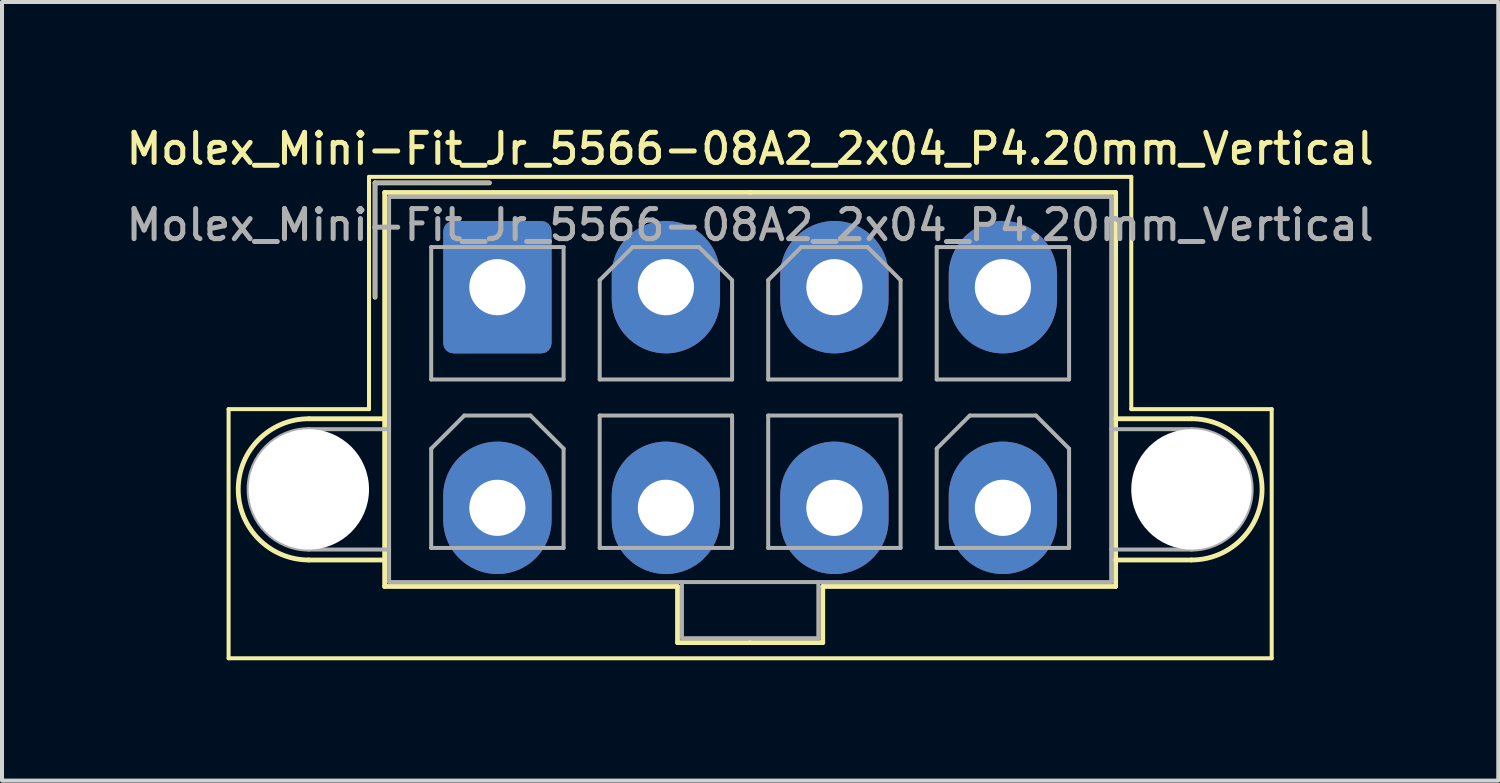
<source format=kicad_pcb>
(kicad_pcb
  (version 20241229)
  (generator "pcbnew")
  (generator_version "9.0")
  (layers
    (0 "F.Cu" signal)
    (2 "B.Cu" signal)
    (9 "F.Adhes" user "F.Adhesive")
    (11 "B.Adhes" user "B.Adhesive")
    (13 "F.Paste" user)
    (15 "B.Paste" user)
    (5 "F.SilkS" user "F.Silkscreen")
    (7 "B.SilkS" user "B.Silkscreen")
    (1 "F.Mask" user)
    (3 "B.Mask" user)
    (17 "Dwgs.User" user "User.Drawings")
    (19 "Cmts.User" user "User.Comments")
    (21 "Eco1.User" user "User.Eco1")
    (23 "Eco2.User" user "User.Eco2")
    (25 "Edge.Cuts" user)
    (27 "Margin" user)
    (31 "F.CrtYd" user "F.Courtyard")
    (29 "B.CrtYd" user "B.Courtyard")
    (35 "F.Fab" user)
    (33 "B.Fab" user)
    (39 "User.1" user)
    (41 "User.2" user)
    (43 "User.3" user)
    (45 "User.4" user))
  (footprint "Molex_Mini-Fit_Jr_5566-08A2_2x04_P4.20mm_Vertical"
    (layer "F.Cu")
    (at 9.348 4.108)
    (property "Reference" "Molex_Mini-Fit_Jr_5566-08A2_2x04_P4.20mm_Vertical" (at 6.3 -3.45 0) (layer "F.SilkS") (effects (font (size 0.75 0.75) (thickness 0.125))))
    (attr through_hole)
    (fp_line (start -6.7 3.04) (end -6.7 9.25) (stroke (width 0.1) (type solid)) (layer "F.SilkS"))
    (fp_line (start -6.7 9.25) (end 19.3 9.25) (stroke (width 0.1) (type solid)) (layer "F.SilkS"))
    (fp_line (start -4.7 3.28) (end -2.81 3.28) (stroke (width 0.12) (type solid)) (layer "F.SilkS"))
    (fp_line (start -4.7 6.8) (end -2.81 6.8) (stroke (width 0.12) (type solid)) (layer "F.SilkS"))
    (fp_line (start -3.2 -2.75) (end -3.2 3.04) (stroke (width 0.1) (type solid)) (layer "F.SilkS"))
    (fp_line (start -3.2 3.04) (end -6.7 3.04) (stroke (width 0.1) (type solid)) (layer "F.SilkS"))
    (fp_line (start -3.05 -2.6) (end -3.05 0.25) (stroke (width 0.12) (type solid)) (layer "F.SilkS"))
    (fp_line (start -2.81 -2.36) (end -2.81 7.46) (stroke (width 0.12) (type solid)) (layer "F.SilkS"))
    (fp_line (start -2.81 7.46) (end 4.49 7.46) (stroke (width 0.12) (type solid)) (layer "F.SilkS"))
    (fp_line (start -0.2 -2.6) (end -3.05 -2.6) (stroke (width 0.12) (type solid)) (layer "F.SilkS"))
    (fp_line (start 4.49 7.46) (end 4.49 8.86) (stroke (width 0.12) (type solid)) (layer "F.SilkS"))
    (fp_line (start 4.49 8.86) (end 6.3 8.86) (stroke (width 0.12) (type solid)) (layer "F.SilkS"))
    (fp_line (start 6.3 -2.36) (end -2.81 -2.36) (stroke (width 0.12) (type solid)) (layer "F.SilkS"))
    (fp_line (start 6.3 -2.36) (end 15.41 -2.36) (stroke (width 0.12) (type solid)) (layer "F.SilkS"))
    (fp_line (start 8.11 7.46) (end 8.11 8.86) (stroke (width 0.12) (type solid)) (layer "F.SilkS"))
    (fp_line (start 8.11 8.86) (end 6.3 8.86) (stroke (width 0.12) (type solid)) (layer "F.SilkS"))
    (fp_line (start 15.41 -2.36) (end 15.41 7.46) (stroke (width 0.12) (type solid)) (layer "F.SilkS"))
    (fp_line (start 15.41 7.46) (end 8.11 7.46) (stroke (width 0.12) (type solid)) (layer "F.SilkS"))
    (fp_line (start 15.8 -2.75) (end -3.2 -2.75) (stroke (width 0.1) (type solid)) (layer "F.SilkS"))
    (fp_line (start 15.8 3.04) (end 15.8 -2.75) (stroke (width 0.1) (type solid)) (layer "F.SilkS"))
    (fp_line (start 17.3 3.28) (end 15.41 3.28) (stroke (width 0.12) (type solid)) (layer "F.SilkS"))
    (fp_line (start 17.3 6.8) (end 15.41 6.8) (stroke (width 0.12) (type solid)) (layer "F.SilkS"))
    (fp_line (start 19.3 3.04) (end 15.8 3.04) (stroke (width 0.1) (type solid)) (layer "F.SilkS"))
    (fp_line (start 19.3 9.25) (end 19.3 3.04) (stroke (width 0.1) (type solid)) (layer "F.SilkS"))
    (fp_arc (start -4.7 6.8) (mid -6.46 5.04) (end -4.7 3.28) (stroke (width 0.12) (type solid)) (layer "F.SilkS"))
    (fp_arc (start 17.3 3.28) (mid 19.06 5.04) (end 17.3 6.8) (stroke (width 0.12) (type solid)) (layer "F.SilkS"))
    (fp_line (start -4.7 3.54) (end -2.7 3.54) (stroke (width 0.1) (type solid)) (layer "F.Fab"))
    (fp_line (start -4.7 6.54) (end -2.7 6.54) (stroke (width 0.1) (type solid)) (layer "F.Fab"))
    (fp_line (start -3.05 -2.6) (end -3.05 0.25) (stroke (width 0.1) (type solid)) (layer "F.Fab"))
    (fp_line (start -2.7 -2.25) (end -2.7 7.35) (stroke (width 0.1) (type solid)) (layer "F.Fab"))
    (fp_line (start -2.7 7.35) (end 15.3 7.35) (stroke (width 0.1) (type solid)) (layer "F.Fab"))
    (fp_line (start -1.65 -1) (end -1.65 2.3) (stroke (width 0.1) (type solid)) (layer "F.Fab"))
    (fp_line (start -1.65 2.3) (end 1.65 2.3) (stroke (width 0.1) (type solid)) (layer "F.Fab"))
    (fp_line (start -1.65 4.025) (end -0.825 3.2) (stroke (width 0.1) (type solid)) (layer "F.Fab"))
    (fp_line (start -1.65 6.5) (end -1.65 4.025) (stroke (width 0.1) (type solid)) (layer "F.Fab"))
    (fp_line (start -0.825 3.2) (end 0.825 3.2) (stroke (width 0.1) (type solid)) (layer "F.Fab"))
    (fp_line (start -0.2 -2.6) (end -3.05 -2.6) (stroke (width 0.1) (type solid)) (layer "F.Fab"))
    (fp_line (start 0.825 3.2) (end 1.65 4.025) (stroke (width 0.1) (type solid)) (layer "F.Fab"))
    (fp_line (start 1.65 -1) (end -1.65 -1) (stroke (width 0.1) (type solid)) (layer "F.Fab"))
    (fp_line (start 1.65 2.3) (end 1.65 -1) (stroke (width 0.1) (type solid)) (layer "F.Fab"))
    (fp_line (start 1.65 4.025) (end 1.65 6.5) (stroke (width 0.1) (type solid)) (layer "F.Fab"))
    (fp_line (start 1.65 6.5) (end -1.65 6.5) (stroke (width 0.1) (type solid)) (layer "F.Fab"))
    (fp_line (start 2.55 -0.175) (end 3.375 -1) (stroke (width 0.1) (type solid)) (layer "F.Fab"))
    (fp_line (start 2.55 2.3) (end 2.55 -0.175) (stroke (width 0.1) (type solid)) (layer "F.Fab"))
    (fp_line (start 2.55 3.2) (end 2.55 6.5) (stroke (width 0.1) (type solid)) (layer "F.Fab"))
    (fp_line (start 2.55 6.5) (end 5.85 6.5) (stroke (width 0.1) (type solid)) (layer "F.Fab"))
    (fp_line (start 3.375 -1) (end 5.025 -1) (stroke (width 0.1) (type solid)) (layer "F.Fab"))
    (fp_line (start 4.6 7.35) (end 4.6 8.75) (stroke (width 0.1) (type solid)) (layer "F.Fab"))
    (fp_line (start 4.6 8.75) (end 8 8.75) (stroke (width 0.1) (type solid)) (layer "F.Fab"))
    (fp_line (start 5.025 -1) (end 5.85 -0.175) (stroke (width 0.1) (type solid)) (layer "F.Fab"))
    (fp_line (start 5.85 -0.175) (end 5.85 2.3) (stroke (width 0.1) (type solid)) (layer "F.Fab"))
    (fp_line (start 5.85 2.3) (end 2.55 2.3) (stroke (width 0.1) (type solid)) (layer "F.Fab"))
    (fp_line (start 5.85 3.2) (end 2.55 3.2) (stroke (width 0.1) (type solid)) (layer "F.Fab"))
    (fp_line (start 5.85 6.5) (end 5.85 3.2) (stroke (width 0.1) (type solid)) (layer "F.Fab"))
    (fp_line (start 6.75 -0.175) (end 7.575 -1) (stroke (width 0.1) (type solid)) (layer "F.Fab"))
    (fp_line (start 6.75 2.3) (end 6.75 -0.175) (stroke (width 0.1) (type solid)) (layer "F.Fab"))
    (fp_line (start 6.75 3.2) (end 6.75 6.5) (stroke (width 0.1) (type solid)) (layer "F.Fab"))
    (fp_line (start 6.75 6.5) (end 10.05 6.5) (stroke (width 0.1) (type solid)) (layer "F.Fab"))
    (fp_line (start 7.575 -1) (end 9.225 -1) (stroke (width 0.1) (type solid)) (layer "F.Fab"))
    (fp_line (start 8 8.75) (end 8 7.35) (stroke (width 0.1) (type solid)) (layer "F.Fab"))
    (fp_line (start 9.225 -1) (end 10.05 -0.175) (stroke (width 0.1) (type solid)) (layer "F.Fab"))
    (fp_line (start 10.05 -0.175) (end 10.05 2.3) (stroke (width 0.1) (type solid)) (layer "F.Fab"))
    (fp_line (start 10.05 2.3) (end 6.75 2.3) (stroke (width 0.1) (type solid)) (layer "F.Fab"))
    (fp_line (start 10.05 3.2) (end 6.75 3.2) (stroke (width 0.1) (type solid)) (layer "F.Fab"))
    (fp_line (start 10.05 6.5) (end 10.05 3.2) (stroke (width 0.1) (type solid)) (layer "F.Fab"))
    (fp_line (start 10.95 -1) (end 10.95 2.3) (stroke (width 0.1) (type solid)) (layer "F.Fab"))
    (fp_line (start 10.95 2.3) (end 14.25 2.3) (stroke (width 0.1) (type solid)) (layer "F.Fab"))
    (fp_line (start 10.95 4.025) (end 11.775 3.2) (stroke (width 0.1) (type solid)) (layer "F.Fab"))
    (fp_line (start 10.95 6.5) (end 10.95 4.025) (stroke (width 0.1) (type solid)) (layer "F.Fab"))
    (fp_line (start 11.775 3.2) (end 13.425 3.2) (stroke (width 0.1) (type solid)) (layer "F.Fab"))
    (fp_line (start 13.425 3.2) (end 14.25 4.025) (stroke (width 0.1) (type solid)) (layer "F.Fab"))
    (fp_line (start 14.25 -1) (end 10.95 -1) (stroke (width 0.1) (type solid)) (layer "F.Fab"))
    (fp_line (start 14.25 2.3) (end 14.25 -1) (stroke (width 0.1) (type solid)) (layer "F.Fab"))
    (fp_line (start 14.25 4.025) (end 14.25 6.5) (stroke (width 0.1) (type solid)) (layer "F.Fab"))
    (fp_line (start 14.25 6.5) (end 10.95 6.5) (stroke (width 0.1) (type solid)) (layer "F.Fab"))
    (fp_line (start 15.3 -2.25) (end -2.7 -2.25) (stroke (width 0.1) (type solid)) (layer "F.Fab"))
    (fp_line (start 15.3 7.35) (end 15.3 -2.25) (stroke (width 0.1) (type solid)) (layer "F.Fab"))
    (fp_line (start 17.3 3.54) (end 15.3 3.54) (stroke (width 0.1) (type solid)) (layer "F.Fab"))
    (fp_line (start 17.3 6.54) (end 15.3 6.54) (stroke (width 0.1) (type solid)) (layer "F.Fab"))
    (fp_arc (start -4.7 6.54) (mid -6.2 5.04) (end -4.7 3.54) (stroke (width 0.1) (type solid)) (layer "F.Fab"))
    (fp_arc (start 17.3 3.54) (mid 18.8 5.04) (end 17.3 6.54) (stroke (width 0.1) (type solid)) (layer "F.Fab"))
    (fp_text user "${REFERENCE}" (at 6.3 -1.55 0) (layer "F.Fab") (effects (font (size 0.75 0.75) (thickness 0.125))))
    (pad "" np_thru_hole circle (at -4.7 5.04) (size 3 3) (drill 3) (layers "*.Cu" "*.Mask"))
    (pad "" np_thru_hole circle (at 17.3 5.04) (size 3 3) (drill 3) (layers "*.Cu" "*.Mask"))
    (pad "1" thru_hole roundrect (at 0 0) (size 2.7 3.3) (drill 1.4) (layers "*.Cu" "*.Mask") (roundrect_rratio 0.093))
    (pad "2" thru_hole oval (at 4.2 0) (size 2.7 3.3) (drill 1.4) (layers "*.Cu" "*.Mask"))
    (pad "3" thru_hole oval (at 8.4 0) (size 2.7 3.3) (drill 1.4) (layers "*.Cu" "*.Mask"))
    (pad "4" thru_hole oval (at 12.6 0) (size 2.7 3.3) (drill 1.4) (layers "*.Cu" "*.Mask"))
    (pad "5" thru_hole oval (at 0 5.5) (size 2.7 3.3) (drill 1.4) (layers "*.Cu" "*.Mask"))
    (pad "6" thru_hole oval (at 4.2 5.5) (size 2.7 3.3) (drill 1.4) (layers "*.Cu" "*.Mask"))
    (pad "7" thru_hole oval (at 8.4 5.5) (size 2.7 3.3) (drill 1.4) (layers "*.Cu" "*.Mask"))
    (pad "8" thru_hole oval (at 12.6 5.5) (size 2.7 3.3) (drill 1.4) (layers "*.Cu" "*.Mask")))
  (gr_rect
    (start -3 -3)
    (end 34.296 16.408)
    (stroke (width 0.1) (type default))
    (fill no)
    (layer "Edge.Cuts")))
</source>
